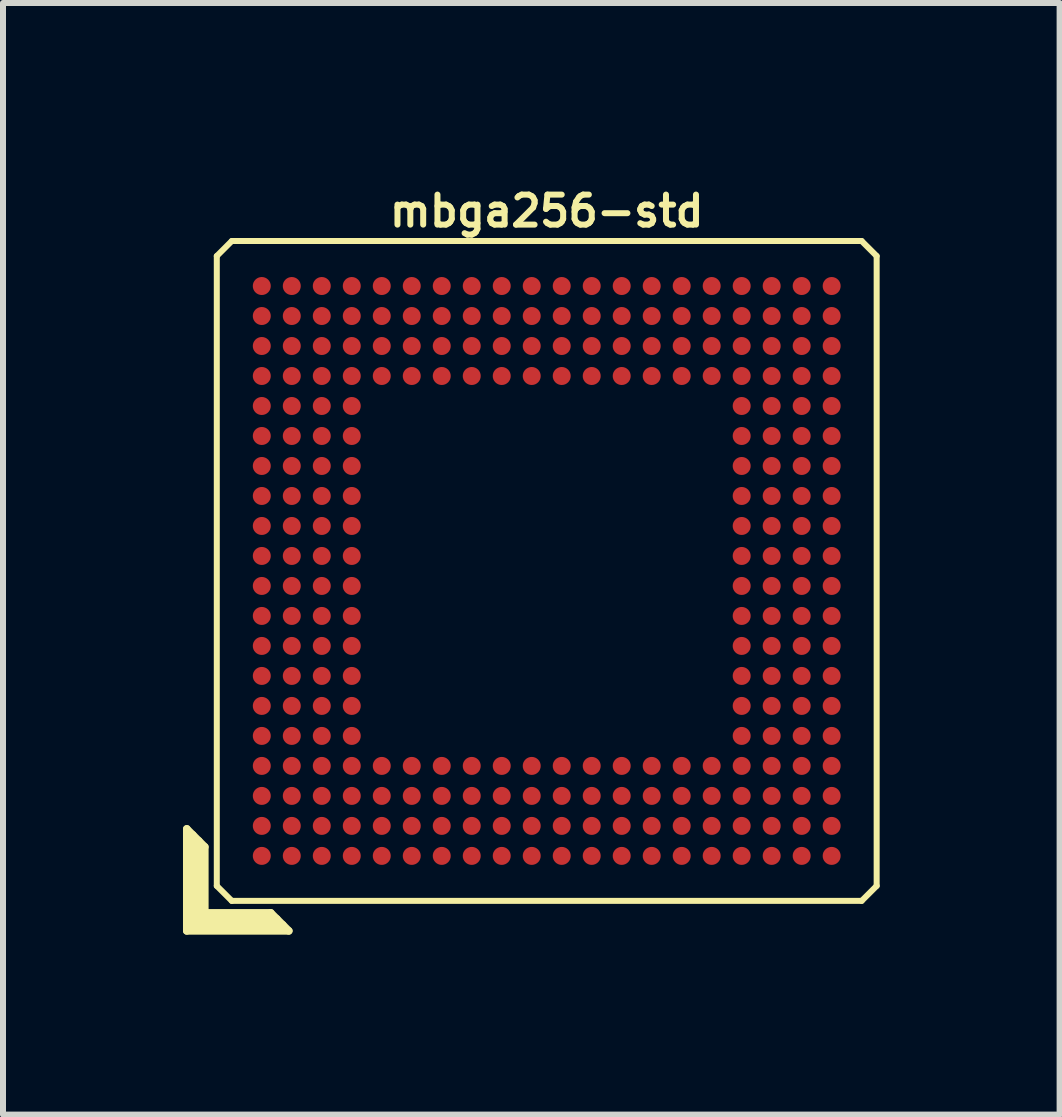
<source format=kicad_pcb>
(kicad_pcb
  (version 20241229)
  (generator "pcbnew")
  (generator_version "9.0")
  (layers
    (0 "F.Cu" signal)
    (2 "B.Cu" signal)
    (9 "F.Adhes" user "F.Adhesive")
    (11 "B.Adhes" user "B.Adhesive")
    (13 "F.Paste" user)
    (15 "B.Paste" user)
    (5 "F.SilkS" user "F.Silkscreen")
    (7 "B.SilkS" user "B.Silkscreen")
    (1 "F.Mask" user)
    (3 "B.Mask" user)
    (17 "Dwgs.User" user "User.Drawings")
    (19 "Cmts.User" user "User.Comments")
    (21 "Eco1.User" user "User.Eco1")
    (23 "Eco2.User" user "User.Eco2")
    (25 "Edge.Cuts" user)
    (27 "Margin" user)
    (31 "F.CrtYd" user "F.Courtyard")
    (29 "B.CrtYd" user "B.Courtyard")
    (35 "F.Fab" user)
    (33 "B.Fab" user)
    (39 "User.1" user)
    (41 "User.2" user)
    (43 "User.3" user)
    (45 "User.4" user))
  (footprint "mbga256-std"
    (layer "F.Cu")
    (at 6.064 6.468)
    (property "Reference" "mbga256-std" (at 0 -6 0) (layer "F.SilkS") (effects (font (size 0.5 0.5) (thickness 0.1))))
    (attr smd)
    (fp_line (start -6 4.3) (end -5.7 4.6) (stroke (width 0.127) (type solid)) (layer "F.SilkS"))
    (fp_line (start -6 6) (end -6 4.3) (stroke (width 0.127) (type solid)) (layer "F.SilkS"))
    (fp_line (start -5.9 4.4) (end -5.9 5.9) (stroke (width 0.127) (type solid)) (layer "F.SilkS"))
    (fp_line (start -5.9 5.9) (end -4.4 5.9) (stroke (width 0.127) (type solid)) (layer "F.SilkS"))
    (fp_line (start -5.8 5.8) (end -5.8 4.5) (stroke (width 0.127) (type solid)) (layer "F.SilkS"))
    (fp_line (start -5.7 4.6) (end -5.7 5.7) (stroke (width 0.127) (type solid)) (layer "F.SilkS"))
    (fp_line (start -5.7 5.7) (end -4.6 5.7) (stroke (width 0.127) (type solid)) (layer "F.SilkS"))
    (fp_line (start -5.5 -5.25) (end -5.5 5.25) (stroke (width 0.1) (type solid)) (layer "F.SilkS"))
    (fp_line (start -5.5 -5.25) (end -5.25 -5.5) (stroke (width 0.1) (type solid)) (layer "F.SilkS"))
    (fp_line (start -5.25 5.5) (end -5.5 5.25) (stroke (width 0.1) (type solid)) (layer "F.SilkS"))
    (fp_line (start -5.25 5.5) (end 5.25 5.5) (stroke (width 0.1) (type solid)) (layer "F.SilkS"))
    (fp_line (start -4.6 5.7) (end -4.3 6) (stroke (width 0.127) (type solid)) (layer "F.SilkS"))
    (fp_line (start -4.5 5.8) (end -5.8 5.8) (stroke (width 0.127) (type solid)) (layer "F.SilkS"))
    (fp_line (start -4.3 6) (end -6 6) (stroke (width 0.127) (type solid)) (layer "F.SilkS"))
    (fp_line (start 5.25 -5.5) (end -5.25 -5.5) (stroke (width 0.1) (type solid)) (layer "F.SilkS"))
    (fp_line (start 5.25 -5.5) (end 5.5 -5.25) (stroke (width 0.1) (type solid)) (layer "F.SilkS"))
    (fp_line (start 5.5 5.25) (end 5.25 5.5) (stroke (width 0.1) (type solid)) (layer "F.SilkS"))
    (fp_line (start 5.5 5.25) (end 5.5 -5.25) (stroke (width 0.1) (type solid)) (layer "F.SilkS"))
    (pad "A1" smd circle (at -4.75 4.75) (size 0.3 0.3) (layers "F.Cu" "F.Mask" "F.Paste"))
    (pad "A2" smd circle (at -4.75 4.25) (size 0.3 0.3) (layers "F.Cu" "F.Mask" "F.Paste"))
    (pad "A3" smd circle (at -4.75 3.75) (size 0.3 0.3) (layers "F.Cu" "F.Mask" "F.Paste"))
    (pad "A4" smd circle (at -4.75 3.25) (size 0.3 0.3) (layers "F.Cu" "F.Mask" "F.Paste"))
    (pad "A5" smd circle (at -4.75 2.75) (size 0.3 0.3) (layers "F.Cu" "F.Mask" "F.Paste"))
    (pad "A6" smd circle (at -4.75 2.25) (size 0.3 0.3) (layers "F.Cu" "F.Mask" "F.Paste"))
    (pad "A7" smd circle (at -4.75 1.75) (size 0.3 0.3) (layers "F.Cu" "F.Mask" "F.Paste"))
    (pad "A8" smd circle (at -4.75 1.25) (size 0.3 0.3) (layers "F.Cu" "F.Mask" "F.Paste"))
    (pad "A9" smd circle (at -4.75 0.75) (size 0.3 0.3) (layers "F.Cu" "F.Mask" "F.Paste"))
    (pad "A10" smd circle (at -4.75 0.25) (size 0.3 0.3) (layers "F.Cu" "F.Mask" "F.Paste"))
    (pad "A11" smd circle (at -4.75 -0.25) (size 0.3 0.3) (layers "F.Cu" "F.Mask" "F.Paste"))
    (pad "A12" smd circle (at -4.75 -0.75) (size 0.3 0.3) (layers "F.Cu" "F.Mask" "F.Paste"))
    (pad "A13" smd circle (at -4.75 -1.25) (size 0.3 0.3) (layers "F.Cu" "F.Mask" "F.Paste"))
    (pad "A14" smd circle (at -4.75 -1.75) (size 0.3 0.3) (layers "F.Cu" "F.Mask" "F.Paste"))
    (pad "A15" smd circle (at -4.75 -2.25) (size 0.3 0.3) (layers "F.Cu" "F.Mask" "F.Paste"))
    (pad "A16" smd circle (at -4.75 -2.75) (size 0.3 0.3) (layers "F.Cu" "F.Mask" "F.Paste"))
    (pad "A17" smd circle (at -4.75 -3.25) (size 0.3 0.3) (layers "F.Cu" "F.Mask" "F.Paste"))
    (pad "A18" smd circle (at -4.75 -3.75) (size 0.3 0.3) (layers "F.Cu" "F.Mask" "F.Paste"))
    (pad "A19" smd circle (at -4.75 -4.25) (size 0.3 0.3) (layers "F.Cu" "F.Mask" "F.Paste"))
    (pad "A20" smd circle (at -4.75 -4.75) (size 0.3 0.3) (layers "F.Cu" "F.Mask" "F.Paste"))
    (pad "B1" smd circle (at -4.25 4.75) (size 0.3 0.3) (layers "F.Cu" "F.Mask" "F.Paste"))
    (pad "B2" smd circle (at -4.25 4.25) (size 0.3 0.3) (layers "F.Cu" "F.Mask" "F.Paste"))
    (pad "B3" smd circle (at -4.25 3.75) (size 0.3 0.3) (layers "F.Cu" "F.Mask" "F.Paste"))
    (pad "B4" smd circle (at -4.25 3.25) (size 0.3 0.3) (layers "F.Cu" "F.Mask" "F.Paste"))
    (pad "B5" smd circle (at -4.25 2.75) (size 0.3 0.3) (layers "F.Cu" "F.Mask" "F.Paste"))
    (pad "B6" smd circle (at -4.25 2.25) (size 0.3 0.3) (layers "F.Cu" "F.Mask" "F.Paste"))
    (pad "B7" smd circle (at -4.25 1.75) (size 0.3 0.3) (layers "F.Cu" "F.Mask" "F.Paste"))
    (pad "B8" smd circle (at -4.25 1.25) (size 0.3 0.3) (layers "F.Cu" "F.Mask" "F.Paste"))
    (pad "B9" smd circle (at -4.25 0.75) (size 0.3 0.3) (layers "F.Cu" "F.Mask" "F.Paste"))
    (pad "B10" smd circle (at -4.25 0.25) (size 0.3 0.3) (layers "F.Cu" "F.Mask" "F.Paste"))
    (pad "B11" smd circle (at -4.25 -0.25) (size 0.3 0.3) (layers "F.Cu" "F.Mask" "F.Paste"))
    (pad "B12" smd circle (at -4.25 -0.75) (size 0.3 0.3) (layers "F.Cu" "F.Mask" "F.Paste"))
    (pad "B13" smd circle (at -4.25 -1.25) (size 0.3 0.3) (layers "F.Cu" "F.Mask" "F.Paste"))
    (pad "B14" smd circle (at -4.25 -1.75) (size 0.3 0.3) (layers "F.Cu" "F.Mask" "F.Paste"))
    (pad "B15" smd circle (at -4.25 -2.25) (size 0.3 0.3) (layers "F.Cu" "F.Mask" "F.Paste"))
    (pad "B16" smd circle (at -4.25 -2.75) (size 0.3 0.3) (layers "F.Cu" "F.Mask" "F.Paste"))
    (pad "B17" smd circle (at -4.25 -3.25) (size 0.3 0.3) (layers "F.Cu" "F.Mask" "F.Paste"))
    (pad "B18" smd circle (at -4.25 -3.75) (size 0.3 0.3) (layers "F.Cu" "F.Mask" "F.Paste"))
    (pad "B19" smd circle (at -4.25 -4.25) (size 0.3 0.3) (layers "F.Cu" "F.Mask" "F.Paste"))
    (pad "B20" smd circle (at -4.25 -4.75) (size 0.3 0.3) (layers "F.Cu" "F.Mask" "F.Paste"))
    (pad "C1" smd circle (at -3.75 4.75) (size 0.3 0.3) (layers "F.Cu" "F.Mask" "F.Paste"))
    (pad "C2" smd circle (at -3.75 4.25) (size 0.3 0.3) (layers "F.Cu" "F.Mask" "F.Paste"))
    (pad "C3" smd circle (at -3.75 3.75) (size 0.3 0.3) (layers "F.Cu" "F.Mask" "F.Paste"))
    (pad "C4" smd circle (at -3.75 3.25) (size 0.3 0.3) (layers "F.Cu" "F.Mask" "F.Paste"))
    (pad "C5" smd circle (at -3.75 2.75) (size 0.3 0.3) (layers "F.Cu" "F.Mask" "F.Paste"))
    (pad "C6" smd circle (at -3.75 2.25) (size 0.3 0.3) (layers "F.Cu" "F.Mask" "F.Paste"))
    (pad "C7" smd circle (at -3.75 1.75) (size 0.3 0.3) (layers "F.Cu" "F.Mask" "F.Paste"))
    (pad "C8" smd circle (at -3.75 1.25) (size 0.3 0.3) (layers "F.Cu" "F.Mask" "F.Paste"))
    (pad "C9" smd circle (at -3.75 0.75) (size 0.3 0.3) (layers "F.Cu" "F.Mask" "F.Paste"))
    (pad "C10" smd circle (at -3.75 0.25) (size 0.3 0.3) (layers "F.Cu" "F.Mask" "F.Paste"))
    (pad "C11" smd circle (at -3.75 -0.25) (size 0.3 0.3) (layers "F.Cu" "F.Mask" "F.Paste"))
    (pad "C12" smd circle (at -3.75 -0.75) (size 0.3 0.3) (layers "F.Cu" "F.Mask" "F.Paste"))
    (pad "C13" smd circle (at -3.75 -1.25) (size 0.3 0.3) (layers "F.Cu" "F.Mask" "F.Paste"))
    (pad "C14" smd circle (at -3.75 -1.75) (size 0.3 0.3) (layers "F.Cu" "F.Mask" "F.Paste"))
    (pad "C15" smd circle (at -3.75 -2.25) (size 0.3 0.3) (layers "F.Cu" "F.Mask" "F.Paste"))
    (pad "C16" smd circle (at -3.75 -2.75) (size 0.3 0.3) (layers "F.Cu" "F.Mask" "F.Paste"))
    (pad "C17" smd circle (at -3.75 -3.25) (size 0.3 0.3) (layers "F.Cu" "F.Mask" "F.Paste"))
    (pad "C18" smd circle (at -3.75 -3.75) (size 0.3 0.3) (layers "F.Cu" "F.Mask" "F.Paste"))
    (pad "C19" smd circle (at -3.75 -4.25) (size 0.3 0.3) (layers "F.Cu" "F.Mask" "F.Paste"))
    (pad "C20" smd circle (at -3.75 -4.75) (size 0.3 0.3) (layers "F.Cu" "F.Mask" "F.Paste"))
    (pad "D1" smd circle (at -3.25 4.75) (size 0.3 0.3) (layers "F.Cu" "F.Mask" "F.Paste"))
    (pad "D2" smd circle (at -3.25 4.25) (size 0.3 0.3) (layers "F.Cu" "F.Mask" "F.Paste"))
    (pad "D3" smd circle (at -3.25 3.75) (size 0.3 0.3) (layers "F.Cu" "F.Mask" "F.Paste"))
    (pad "D4" smd circle (at -3.25 3.25) (size 0.3 0.3) (layers "F.Cu" "F.Mask" "F.Paste"))
    (pad "D5" smd circle (at -3.25 2.75) (size 0.3 0.3) (layers "F.Cu" "F.Mask" "F.Paste"))
    (pad "D6" smd circle (at -3.25 2.25) (size 0.3 0.3) (layers "F.Cu" "F.Mask" "F.Paste"))
    (pad "D7" smd circle (at -3.25 1.75) (size 0.3 0.3) (layers "F.Cu" "F.Mask" "F.Paste"))
    (pad "D8" smd circle (at -3.25 1.25) (size 0.3 0.3) (layers "F.Cu" "F.Mask" "F.Paste"))
    (pad "D9" smd circle (at -3.25 0.75) (size 0.3 0.3) (layers "F.Cu" "F.Mask" "F.Paste"))
    (pad "D10" smd circle (at -3.25 0.25) (size 0.3 0.3) (layers "F.Cu" "F.Mask" "F.Paste"))
    (pad "D11" smd circle (at -3.25 -0.25) (size 0.3 0.3) (layers "F.Cu" "F.Mask" "F.Paste"))
    (pad "D12" smd circle (at -3.25 -0.75) (size 0.3 0.3) (layers "F.Cu" "F.Mask" "F.Paste"))
    (pad "D13" smd circle (at -3.25 -1.25) (size 0.3 0.3) (layers "F.Cu" "F.Mask" "F.Paste"))
    (pad "D14" smd circle (at -3.25 -1.75) (size 0.3 0.3) (layers "F.Cu" "F.Mask" "F.Paste"))
    (pad "D15" smd circle (at -3.25 -2.25) (size 0.3 0.3) (layers "F.Cu" "F.Mask" "F.Paste"))
    (pad "D16" smd circle (at -3.25 -2.75) (size 0.3 0.3) (layers "F.Cu" "F.Mask" "F.Paste"))
    (pad "D17" smd circle (at -3.25 -3.25) (size 0.3 0.3) (layers "F.Cu" "F.Mask" "F.Paste"))
    (pad "D18" smd circle (at -3.25 -3.75) (size 0.3 0.3) (layers "F.Cu" "F.Mask" "F.Paste"))
    (pad "D19" smd circle (at -3.25 -4.25) (size 0.3 0.3) (layers "F.Cu" "F.Mask" "F.Paste"))
    (pad "D20" smd circle (at -3.25 -4.75) (size 0.3 0.3) (layers "F.Cu" "F.Mask" "F.Paste"))
    (pad "E1" smd circle (at -2.75 4.75) (size 0.3 0.3) (layers "F.Cu" "F.Mask" "F.Paste"))
    (pad "E2" smd circle (at -2.75 4.25) (size 0.3 0.3) (layers "F.Cu" "F.Mask" "F.Paste"))
    (pad "E3" smd circle (at -2.75 3.75) (size 0.3 0.3) (layers "F.Cu" "F.Mask" "F.Paste"))
    (pad "E4" smd circle (at -2.75 3.25) (size 0.3 0.3) (layers "F.Cu" "F.Mask" "F.Paste"))
    (pad "E17" smd circle (at -2.75 -3.25) (size 0.3 0.3) (layers "F.Cu" "F.Mask" "F.Paste"))
    (pad "E18" smd circle (at -2.75 -3.75) (size 0.3 0.3) (layers "F.Cu" "F.Mask" "F.Paste"))
    (pad "E19" smd circle (at -2.75 -4.25) (size 0.3 0.3) (layers "F.Cu" "F.Mask" "F.Paste"))
    (pad "E20" smd circle (at -2.75 -4.75) (size 0.3 0.3) (layers "F.Cu" "F.Mask" "F.Paste"))
    (pad "F1" smd circle (at -2.25 4.75) (size 0.3 0.3) (layers "F.Cu" "F.Mask" "F.Paste"))
    (pad "F2" smd circle (at -2.25 4.25) (size 0.3 0.3) (layers "F.Cu" "F.Mask" "F.Paste"))
    (pad "F3" smd circle (at -2.25 3.75) (size 0.3 0.3) (layers "F.Cu" "F.Mask" "F.Paste"))
    (pad "F4" smd circle (at -2.25 3.25) (size 0.3 0.3) (layers "F.Cu" "F.Mask" "F.Paste"))
    (pad "F17" smd circle (at -2.25 -3.25) (size 0.3 0.3) (layers "F.Cu" "F.Mask" "F.Paste"))
    (pad "F18" smd circle (at -2.25 -3.75) (size 0.3 0.3) (layers "F.Cu" "F.Mask" "F.Paste"))
    (pad "F19" smd circle (at -2.25 -4.25) (size 0.3 0.3) (layers "F.Cu" "F.Mask" "F.Paste"))
    (pad "F20" smd circle (at -2.25 -4.75) (size 0.3 0.3) (layers "F.Cu" "F.Mask" "F.Paste"))
    (pad "G1" smd circle (at -1.75 4.75) (size 0.3 0.3) (layers "F.Cu" "F.Mask" "F.Paste"))
    (pad "G2" smd circle (at -1.75 4.25) (size 0.3 0.3) (layers "F.Cu" "F.Mask" "F.Paste"))
    (pad "G3" smd circle (at -1.75 3.75) (size 0.3 0.3) (layers "F.Cu" "F.Mask" "F.Paste"))
    (pad "G4" smd circle (at -1.75 3.25) (size 0.3 0.3) (layers "F.Cu" "F.Mask" "F.Paste"))
    (pad "G17" smd circle (at -1.75 -3.25) (size 0.3 0.3) (layers "F.Cu" "F.Mask" "F.Paste"))
    (pad "G18" smd circle (at -1.75 -3.75) (size 0.3 0.3) (layers "F.Cu" "F.Mask" "F.Paste"))
    (pad "G19" smd circle (at -1.75 -4.25) (size 0.3 0.3) (layers "F.Cu" "F.Mask" "F.Paste"))
    (pad "G20" smd circle (at -1.75 -4.75) (size 0.3 0.3) (layers "F.Cu" "F.Mask" "F.Paste"))
    (pad "H1" smd circle (at -1.25 4.75) (size 0.3 0.3) (layers "F.Cu" "F.Mask" "F.Paste"))
    (pad "H2" smd circle (at -1.25 4.25) (size 0.3 0.3) (layers "F.Cu" "F.Mask" "F.Paste"))
    (pad "H3" smd circle (at -1.25 3.75) (size 0.3 0.3) (layers "F.Cu" "F.Mask" "F.Paste"))
    (pad "H4" smd circle (at -1.25 3.25) (size 0.3 0.3) (layers "F.Cu" "F.Mask" "F.Paste"))
    (pad "H17" smd circle (at -1.25 -3.25) (size 0.3 0.3) (layers "F.Cu" "F.Mask" "F.Paste"))
    (pad "H18" smd circle (at -1.25 -3.75) (size 0.3 0.3) (layers "F.Cu" "F.Mask" "F.Paste"))
    (pad "H19" smd circle (at -1.25 -4.25) (size 0.3 0.3) (layers "F.Cu" "F.Mask" "F.Paste"))
    (pad "H20" smd circle (at -1.25 -4.75) (size 0.3 0.3) (layers "F.Cu" "F.Mask" "F.Paste"))
    (pad "J1" smd circle (at -0.75 4.75) (size 0.3 0.3) (layers "F.Cu" "F.Mask" "F.Paste"))
    (pad "J2" smd circle (at -0.75 4.25) (size 0.3 0.3) (layers "F.Cu" "F.Mask" "F.Paste"))
    (pad "J3" smd circle (at -0.75 3.75) (size 0.3 0.3) (layers "F.Cu" "F.Mask" "F.Paste"))
    (pad "J4" smd circle (at -0.75 3.25) (size 0.3 0.3) (layers "F.Cu" "F.Mask" "F.Paste"))
    (pad "J17" smd circle (at -0.75 -3.25) (size 0.3 0.3) (layers "F.Cu" "F.Mask" "F.Paste"))
    (pad "J18" smd circle (at -0.75 -3.75) (size 0.3 0.3) (layers "F.Cu" "F.Mask" "F.Paste"))
    (pad "J19" smd circle (at -0.75 -4.25) (size 0.3 0.3) (layers "F.Cu" "F.Mask" "F.Paste"))
    (pad "J20" smd circle (at -0.75 -4.75) (size 0.3 0.3) (layers "F.Cu" "F.Mask" "F.Paste"))
    (pad "K1" smd circle (at -0.25 4.75) (size 0.3 0.3) (layers "F.Cu" "F.Mask" "F.Paste"))
    (pad "K2" smd circle (at -0.25 4.25) (size 0.3 0.3) (layers "F.Cu" "F.Mask" "F.Paste"))
    (pad "K3" smd circle (at -0.25 3.75) (size 0.3 0.3) (layers "F.Cu" "F.Mask" "F.Paste"))
    (pad "K4" smd circle (at -0.25 3.25) (size 0.3 0.3) (layers "F.Cu" "F.Mask" "F.Paste"))
    (pad "K17" smd circle (at -0.25 -3.25) (size 0.3 0.3) (layers "F.Cu" "F.Mask" "F.Paste"))
    (pad "K18" smd circle (at -0.25 -3.75) (size 0.3 0.3) (layers "F.Cu" "F.Mask" "F.Paste"))
    (pad "K19" smd circle (at -0.25 -4.25) (size 0.3 0.3) (layers "F.Cu" "F.Mask" "F.Paste"))
    (pad "K20" smd circle (at -0.25 -4.75) (size 0.3 0.3) (layers "F.Cu" "F.Mask" "F.Paste"))
    (pad "L1" smd circle (at 0.25 4.75) (size 0.3 0.3) (layers "F.Cu" "F.Mask" "F.Paste"))
    (pad "L2" smd circle (at 0.25 4.25) (size 0.3 0.3) (layers "F.Cu" "F.Mask" "F.Paste"))
    (pad "L3" smd circle (at 0.25 3.75) (size 0.3 0.3) (layers "F.Cu" "F.Mask" "F.Paste"))
    (pad "L4" smd circle (at 0.25 3.25) (size 0.3 0.3) (layers "F.Cu" "F.Mask" "F.Paste"))
    (pad "L17" smd circle (at 0.25 -3.25) (size 0.3 0.3) (layers "F.Cu" "F.Mask" "F.Paste"))
    (pad "L18" smd circle (at 0.25 -3.75) (size 0.3 0.3) (layers "F.Cu" "F.Mask" "F.Paste"))
    (pad "L19" smd circle (at 0.25 -4.25) (size 0.3 0.3) (layers "F.Cu" "F.Mask" "F.Paste"))
    (pad "L20" smd circle (at 0.25 -4.75) (size 0.3 0.3) (layers "F.Cu" "F.Mask" "F.Paste"))
    (pad "M1" smd circle (at 0.75 4.75) (size 0.3 0.3) (layers "F.Cu" "F.Mask" "F.Paste"))
    (pad "M2" smd circle (at 0.75 4.25) (size 0.3 0.3) (layers "F.Cu" "F.Mask" "F.Paste"))
    (pad "M3" smd circle (at 0.75 3.75) (size 0.3 0.3) (layers "F.Cu" "F.Mask" "F.Paste"))
    (pad "M4" smd circle (at 0.75 3.25) (size 0.3 0.3) (layers "F.Cu" "F.Mask" "F.Paste"))
    (pad "M17" smd circle (at 0.75 -3.25) (size 0.3 0.3) (layers "F.Cu" "F.Mask" "F.Paste"))
    (pad "M18" smd circle (at 0.75 -3.75) (size 0.3 0.3) (layers "F.Cu" "F.Mask" "F.Paste"))
    (pad "M19" smd circle (at 0.75 -4.25) (size 0.3 0.3) (layers "F.Cu" "F.Mask" "F.Paste"))
    (pad "M20" smd circle (at 0.75 -4.75) (size 0.3 0.3) (layers "F.Cu" "F.Mask" "F.Paste"))
    (pad "N1" smd circle (at 1.25 4.75) (size 0.3 0.3) (layers "F.Cu" "F.Mask" "F.Paste"))
    (pad "N2" smd circle (at 1.25 4.25) (size 0.3 0.3) (layers "F.Cu" "F.Mask" "F.Paste"))
    (pad "N3" smd circle (at 1.25 3.75) (size 0.3 0.3) (layers "F.Cu" "F.Mask" "F.Paste"))
    (pad "N4" smd circle (at 1.25 3.25) (size 0.3 0.3) (layers "F.Cu" "F.Mask" "F.Paste"))
    (pad "N17" smd circle (at 1.25 -3.25) (size 0.3 0.3) (layers "F.Cu" "F.Mask" "F.Paste"))
    (pad "N18" smd circle (at 1.25 -3.75) (size 0.3 0.3) (layers "F.Cu" "F.Mask" "F.Paste"))
    (pad "N19" smd circle (at 1.25 -4.25) (size 0.3 0.3) (layers "F.Cu" "F.Mask" "F.Paste"))
    (pad "N20" smd circle (at 1.25 -4.75) (size 0.3 0.3) (layers "F.Cu" "F.Mask" "F.Paste"))
    (pad "P1" smd circle (at 1.75 4.75) (size 0.3 0.3) (layers "F.Cu" "F.Mask" "F.Paste"))
    (pad "P2" smd circle (at 1.75 4.25) (size 0.3 0.3) (layers "F.Cu" "F.Mask" "F.Paste"))
    (pad "P3" smd circle (at 1.75 3.75) (size 0.3 0.3) (layers "F.Cu" "F.Mask" "F.Paste"))
    (pad "P4" smd circle (at 1.75 3.25) (size 0.3 0.3) (layers "F.Cu" "F.Mask" "F.Paste"))
    (pad "P17" smd circle (at 1.75 -3.25) (size 0.3 0.3) (layers "F.Cu" "F.Mask" "F.Paste"))
    (pad "P18" smd circle (at 1.75 -3.75) (size 0.3 0.3) (layers "F.Cu" "F.Mask" "F.Paste"))
    (pad "P19" smd circle (at 1.75 -4.25) (size 0.3 0.3) (layers "F.Cu" "F.Mask" "F.Paste"))
    (pad "P20" smd circle (at 1.75 -4.75) (size 0.3 0.3) (layers "F.Cu" "F.Mask" "F.Paste"))
    (pad "R1" smd circle (at 2.25 4.75) (size 0.3 0.3) (layers "F.Cu" "F.Mask" "F.Paste"))
    (pad "R2" smd circle (at 2.25 4.25) (size 0.3 0.3) (layers "F.Cu" "F.Mask" "F.Paste"))
    (pad "R3" smd circle (at 2.25 3.75) (size 0.3 0.3) (layers "F.Cu" "F.Mask" "F.Paste"))
    (pad "R4" smd circle (at 2.25 3.25) (size 0.3 0.3) (layers "F.Cu" "F.Mask" "F.Paste"))
    (pad "R17" smd circle (at 2.25 -3.25) (size 0.3 0.3) (layers "F.Cu" "F.Mask" "F.Paste"))
    (pad "R18" smd circle (at 2.25 -3.75) (size 0.3 0.3) (layers "F.Cu" "F.Mask" "F.Paste"))
    (pad "R19" smd circle (at 2.25 -4.25) (size 0.3 0.3) (layers "F.Cu" "F.Mask" "F.Paste"))
    (pad "R20" smd circle (at 2.25 -4.75) (size 0.3 0.3) (layers "F.Cu" "F.Mask" "F.Paste"))
    (pad "T1" smd circle (at 2.75 4.75) (size 0.3 0.3) (layers "F.Cu" "F.Mask" "F.Paste"))
    (pad "T2" smd circle (at 2.75 4.25) (size 0.3 0.3) (layers "F.Cu" "F.Mask" "F.Paste"))
    (pad "T3" smd circle (at 2.75 3.75) (size 0.3 0.3) (layers "F.Cu" "F.Mask" "F.Paste"))
    (pad "T4" smd circle (at 2.75 3.25) (size 0.3 0.3) (layers "F.Cu" "F.Mask" "F.Paste"))
    (pad "T17" smd circle (at 2.75 -3.25) (size 0.3 0.3) (layers "F.Cu" "F.Mask" "F.Paste"))
    (pad "T18" smd circle (at 2.75 -3.75) (size 0.3 0.3) (layers "F.Cu" "F.Mask" "F.Paste"))
    (pad "T19" smd circle (at 2.75 -4.25) (size 0.3 0.3) (layers "F.Cu" "F.Mask" "F.Paste"))
    (pad "T20" smd circle (at 2.75 -4.75) (size 0.3 0.3) (layers "F.Cu" "F.Mask" "F.Paste"))
    (pad "U1" smd circle (at 3.25 4.75) (size 0.3 0.3) (layers "F.Cu" "F.Mask" "F.Paste"))
    (pad "U2" smd circle (at 3.25 4.25) (size 0.3 0.3) (layers "F.Cu" "F.Mask" "F.Paste"))
    (pad "U3" smd circle (at 3.25 3.75) (size 0.3 0.3) (layers "F.Cu" "F.Mask" "F.Paste"))
    (pad "U4" smd circle (at 3.25 3.25) (size 0.3 0.3) (layers "F.Cu" "F.Mask" "F.Paste"))
    (pad "U5" smd circle (at 3.25 2.75) (size 0.3 0.3) (layers "F.Cu" "F.Mask" "F.Paste"))
    (pad "U6" smd circle (at 3.25 2.25) (size 0.3 0.3) (layers "F.Cu" "F.Mask" "F.Paste"))
    (pad "U7" smd circle (at 3.25 1.75) (size 0.3 0.3) (layers "F.Cu" "F.Mask" "F.Paste"))
    (pad "U8" smd circle (at 3.25 1.25) (size 0.3 0.3) (layers "F.Cu" "F.Mask" "F.Paste"))
    (pad "U9" smd circle (at 3.25 0.75) (size 0.3 0.3) (layers "F.Cu" "F.Mask" "F.Paste"))
    (pad "U10" smd circle (at 3.25 0.25) (size 0.3 0.3) (layers "F.Cu" "F.Mask" "F.Paste"))
    (pad "U11" smd circle (at 3.25 -0.25) (size 0.3 0.3) (layers "F.Cu" "F.Mask" "F.Paste"))
    (pad "U12" smd circle (at 3.25 -0.75) (size 0.3 0.3) (layers "F.Cu" "F.Mask" "F.Paste"))
    (pad "U13" smd circle (at 3.25 -1.25) (size 0.3 0.3) (layers "F.Cu" "F.Mask" "F.Paste"))
    (pad "U14" smd circle (at 3.25 -1.75) (size 0.3 0.3) (layers "F.Cu" "F.Mask" "F.Paste"))
    (pad "U15" smd circle (at 3.25 -2.25) (size 0.3 0.3) (layers "F.Cu" "F.Mask" "F.Paste"))
    (pad "U16" smd circle (at 3.25 -2.75) (size 0.3 0.3) (layers "F.Cu" "F.Mask" "F.Paste"))
    (pad "U17" smd circle (at 3.25 -3.25) (size 0.3 0.3) (layers "F.Cu" "F.Mask" "F.Paste"))
    (pad "U18" smd circle (at 3.25 -3.75) (size 0.3 0.3) (layers "F.Cu" "F.Mask" "F.Paste"))
    (pad "U19" smd circle (at 3.25 -4.25) (size 0.3 0.3) (layers "F.Cu" "F.Mask" "F.Paste"))
    (pad "U20" smd circle (at 3.25 -4.75) (size 0.3 0.3) (layers "F.Cu" "F.Mask" "F.Paste"))
    (pad "V1" smd circle (at 3.75 4.75) (size 0.3 0.3) (layers "F.Cu" "F.Mask" "F.Paste"))
    (pad "V2" smd circle (at 3.75 4.25) (size 0.3 0.3) (layers "F.Cu" "F.Mask" "F.Paste"))
    (pad "V3" smd circle (at 3.75 3.75) (size 0.3 0.3) (layers "F.Cu" "F.Mask" "F.Paste"))
    (pad "V4" smd circle (at 3.75 3.25) (size 0.3 0.3) (layers "F.Cu" "F.Mask" "F.Paste"))
    (pad "V5" smd circle (at 3.75 2.75) (size 0.3 0.3) (layers "F.Cu" "F.Mask" "F.Paste"))
    (pad "V6" smd circle (at 3.75 2.25) (size 0.3 0.3) (layers "F.Cu" "F.Mask" "F.Paste"))
    (pad "V7" smd circle (at 3.75 1.75) (size 0.3 0.3) (layers "F.Cu" "F.Mask" "F.Paste"))
    (pad "V8" smd circle (at 3.75 1.25) (size 0.3 0.3) (layers "F.Cu" "F.Mask" "F.Paste"))
    (pad "V9" smd circle (at 3.75 0.75) (size 0.3 0.3) (layers "F.Cu" "F.Mask" "F.Paste"))
    (pad "V10" smd circle (at 3.75 0.25) (size 0.3 0.3) (layers "F.Cu" "F.Mask" "F.Paste"))
    (pad "V11" smd circle (at 3.75 -0.25) (size 0.3 0.3) (layers "F.Cu" "F.Mask" "F.Paste"))
    (pad "V12" smd circle (at 3.75 -0.75) (size 0.3 0.3) (layers "F.Cu" "F.Mask" "F.Paste"))
    (pad "V13" smd circle (at 3.75 -1.25) (size 0.3 0.3) (layers "F.Cu" "F.Mask" "F.Paste"))
    (pad "V14" smd circle (at 3.75 -1.75) (size 0.3 0.3) (layers "F.Cu" "F.Mask" "F.Paste"))
    (pad "V15" smd circle (at 3.75 -2.25) (size 0.3 0.3) (layers "F.Cu" "F.Mask" "F.Paste"))
    (pad "V16" smd circle (at 3.75 -2.75) (size 0.3 0.3) (layers "F.Cu" "F.Mask" "F.Paste"))
    (pad "V17" smd circle (at 3.75 -3.25) (size 0.3 0.3) (layers "F.Cu" "F.Mask" "F.Paste"))
    (pad "V18" smd circle (at 3.75 -3.75) (size 0.3 0.3) (layers "F.Cu" "F.Mask" "F.Paste"))
    (pad "V19" smd circle (at 3.75 -4.25) (size 0.3 0.3) (layers "F.Cu" "F.Mask" "F.Paste"))
    (pad "V20" smd circle (at 3.75 -4.75) (size 0.3 0.3) (layers "F.Cu" "F.Mask" "F.Paste"))
    (pad "W1" smd circle (at 4.25 4.75) (size 0.3 0.3) (layers "F.Cu" "F.Mask" "F.Paste"))
    (pad "W2" smd circle (at 4.25 4.25) (size 0.3 0.3) (layers "F.Cu" "F.Mask" "F.Paste"))
    (pad "W3" smd circle (at 4.25 3.75) (size 0.3 0.3) (layers "F.Cu" "F.Mask" "F.Paste"))
    (pad "W4" smd circle (at 4.25 3.25) (size 0.3 0.3) (layers "F.Cu" "F.Mask" "F.Paste"))
    (pad "W5" smd circle (at 4.25 2.75) (size 0.3 0.3) (layers "F.Cu" "F.Mask" "F.Paste"))
    (pad "W6" smd circle (at 4.25 2.25) (size 0.3 0.3) (layers "F.Cu" "F.Mask" "F.Paste"))
    (pad "W7" smd circle (at 4.25 1.75) (size 0.3 0.3) (layers "F.Cu" "F.Mask" "F.Paste"))
    (pad "W8" smd circle (at 4.25 1.25) (size 0.3 0.3) (layers "F.Cu" "F.Mask" "F.Paste"))
    (pad "W9" smd circle (at 4.25 0.75) (size 0.3 0.3) (layers "F.Cu" "F.Mask" "F.Paste"))
    (pad "W10" smd circle (at 4.25 0.25) (size 0.3 0.3) (layers "F.Cu" "F.Mask" "F.Paste"))
    (pad "W11" smd circle (at 4.25 -0.25) (size 0.3 0.3) (layers "F.Cu" "F.Mask" "F.Paste"))
    (pad "W12" smd circle (at 4.25 -0.75) (size 0.3 0.3) (layers "F.Cu" "F.Mask" "F.Paste"))
    (pad "W13" smd circle (at 4.25 -1.25) (size 0.3 0.3) (layers "F.Cu" "F.Mask" "F.Paste"))
    (pad "W14" smd circle (at 4.25 -1.75) (size 0.3 0.3) (layers "F.Cu" "F.Mask" "F.Paste"))
    (pad "W15" smd circle (at 4.25 -2.25) (size 0.3 0.3) (layers "F.Cu" "F.Mask" "F.Paste"))
    (pad "W16" smd circle (at 4.25 -2.75) (size 0.3 0.3) (layers "F.Cu" "F.Mask" "F.Paste"))
    (pad "W17" smd circle (at 4.25 -3.25) (size 0.3 0.3) (layers "F.Cu" "F.Mask" "F.Paste"))
    (pad "W18" smd circle (at 4.25 -3.75) (size 0.3 0.3) (layers "F.Cu" "F.Mask" "F.Paste"))
    (pad "W19" smd circle (at 4.25 -4.25) (size 0.3 0.3) (layers "F.Cu" "F.Mask" "F.Paste"))
    (pad "W20" smd circle (at 4.25 -4.75) (size 0.3 0.3) (layers "F.Cu" "F.Mask" "F.Paste"))
    (pad "Y1" smd circle (at 4.75 4.75) (size 0.3 0.3) (layers "F.Cu" "F.Mask" "F.Paste"))
    (pad "Y2" smd circle (at 4.75 4.25) (size 0.3 0.3) (layers "F.Cu" "F.Mask" "F.Paste"))
    (pad "Y3" smd circle (at 4.75 3.75) (size 0.3 0.3) (layers "F.Cu" "F.Mask" "F.Paste"))
    (pad "Y4" smd circle (at 4.75 3.25) (size 0.3 0.3) (layers "F.Cu" "F.Mask" "F.Paste"))
    (pad "Y5" smd circle (at 4.75 2.75) (size 0.3 0.3) (layers "F.Cu" "F.Mask" "F.Paste"))
    (pad "Y6" smd circle (at 4.75 2.25) (size 0.3 0.3) (layers "F.Cu" "F.Mask" "F.Paste"))
    (pad "Y7" smd circle (at 4.75 1.75) (size 0.3 0.3) (layers "F.Cu" "F.Mask" "F.Paste"))
    (pad "Y8" smd circle (at 4.75 1.25) (size 0.3 0.3) (layers "F.Cu" "F.Mask" "F.Paste"))
    (pad "Y9" smd circle (at 4.75 0.75) (size 0.3 0.3) (layers "F.Cu" "F.Mask" "F.Paste"))
    (pad "Y10" smd circle (at 4.75 0.25) (size 0.3 0.3) (layers "F.Cu" "F.Mask" "F.Paste"))
    (pad "Y11" smd circle (at 4.75 -0.25) (size 0.3 0.3) (layers "F.Cu" "F.Mask" "F.Paste"))
    (pad "Y12" smd circle (at 4.75 -0.75) (size 0.3 0.3) (layers "F.Cu" "F.Mask" "F.Paste"))
    (pad "Y13" smd circle (at 4.75 -1.25) (size 0.3 0.3) (layers "F.Cu" "F.Mask" "F.Paste"))
    (pad "Y14" smd circle (at 4.75 -1.75) (size 0.3 0.3) (layers "F.Cu" "F.Mask" "F.Paste"))
    (pad "Y15" smd circle (at 4.75 -2.25) (size 0.3 0.3) (layers "F.Cu" "F.Mask" "F.Paste"))
    (pad "Y16" smd circle (at 4.75 -2.75) (size 0.3 0.3) (layers "F.Cu" "F.Mask" "F.Paste"))
    (pad "Y17" smd circle (at 4.75 -3.25) (size 0.3 0.3) (layers "F.Cu" "F.Mask" "F.Paste"))
    (pad "Y18" smd circle (at 4.75 -3.75) (size 0.3 0.3) (layers "F.Cu" "F.Mask" "F.Paste"))
    (pad "Y19" smd circle (at 4.75 -4.25) (size 0.3 0.3) (layers "F.Cu" "F.Mask" "F.Paste"))
    (pad "Y20" smd circle (at 4.75 -4.75) (size 0.3 0.3) (layers "F.Cu" "F.Mask" "F.Paste")))
  (gr_rect
    (start -3 -3)
    (end 14.614 15.531)
    (stroke (width 0.1) (type default))
    (fill no)
    (layer "Edge.Cuts")))
</source>
